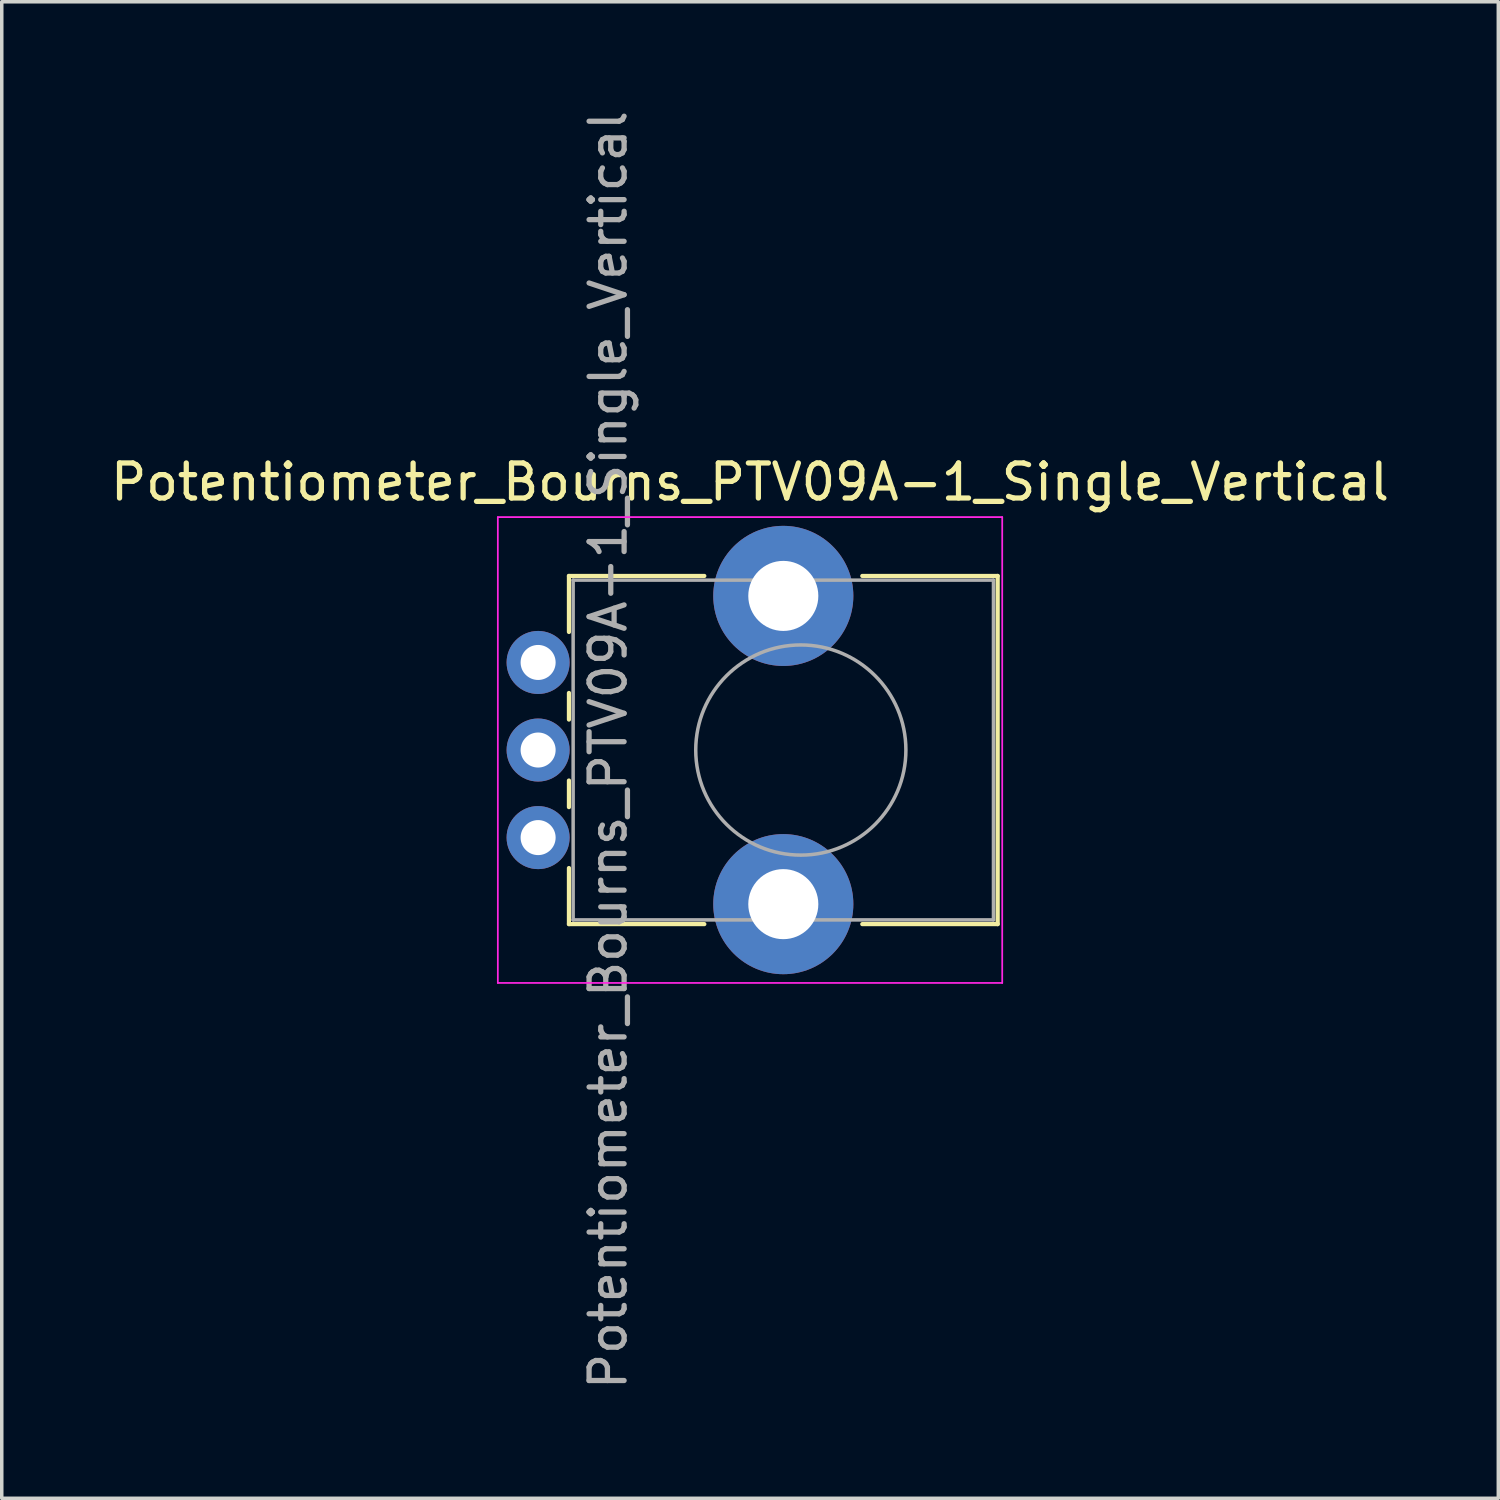
<source format=kicad_pcb>
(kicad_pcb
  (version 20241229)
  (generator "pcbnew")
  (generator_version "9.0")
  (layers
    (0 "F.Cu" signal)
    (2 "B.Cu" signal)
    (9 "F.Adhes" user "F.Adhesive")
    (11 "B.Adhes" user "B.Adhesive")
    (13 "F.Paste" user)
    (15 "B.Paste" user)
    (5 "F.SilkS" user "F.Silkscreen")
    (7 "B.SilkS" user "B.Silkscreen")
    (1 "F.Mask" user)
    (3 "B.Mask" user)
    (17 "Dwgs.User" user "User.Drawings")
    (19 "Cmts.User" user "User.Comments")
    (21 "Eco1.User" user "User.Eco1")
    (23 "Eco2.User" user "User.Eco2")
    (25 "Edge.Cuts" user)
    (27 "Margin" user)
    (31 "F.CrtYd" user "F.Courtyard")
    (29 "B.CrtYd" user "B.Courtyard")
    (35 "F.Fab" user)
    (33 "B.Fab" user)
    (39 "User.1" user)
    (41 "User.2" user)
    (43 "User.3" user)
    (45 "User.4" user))
  (footprint "Potentiometer_Bourns_PTV09A-1_Single_Vertical"
    (layer "F.Cu")
    (at 12.313 20.863)
    (property "Reference" "Potentiometer_Bourns_PTV09A-1_Single_Vertical" (at 6.05 -10.15 0) (layer "F.SilkS") (effects (font (size 1 1) (thickness 0.15))))
    (attr through_hole)
    (fp_line (start 0.88 -7.47) (end 0.88 -5.871) (stroke (width 0.12) (type solid)) (layer "F.SilkS"))
    (fp_line (start 0.88 -7.47) (end 4.745 -7.47) (stroke (width 0.12) (type solid)) (layer "F.SilkS"))
    (fp_line (start 0.88 -4.129) (end 0.88 -3.37) (stroke (width 0.12) (type solid)) (layer "F.SilkS"))
    (fp_line (start 0.88 -1.629) (end 0.88 -0.87) (stroke (width 0.12) (type solid)) (layer "F.SilkS"))
    (fp_line (start 0.88 0.87) (end 0.88 2.47) (stroke (width 0.12) (type solid)) (layer "F.SilkS"))
    (fp_line (start 0.88 2.47) (end 4.745 2.47) (stroke (width 0.12) (type solid)) (layer "F.SilkS"))
    (fp_line (start 9.255 -7.47) (end 13.12 -7.47) (stroke (width 0.12) (type solid)) (layer "F.SilkS"))
    (fp_line (start 9.255 2.47) (end 13.12 2.47) (stroke (width 0.12) (type solid)) (layer "F.SilkS"))
    (fp_line (start 13.12 -7.47) (end 13.12 2.47) (stroke (width 0.12) (type solid)) (layer "F.SilkS"))
    (fp_line (start -1.15 -9.15) (end -1.15 4.15) (stroke (width 0.05) (type solid)) (layer "F.CrtYd"))
    (fp_line (start -1.15 4.15) (end 13.25 4.15) (stroke (width 0.05) (type solid)) (layer "F.CrtYd"))
    (fp_line (start 13.25 -9.15) (end -1.15 -9.15) (stroke (width 0.05) (type solid)) (layer "F.CrtYd"))
    (fp_line (start 13.25 4.15) (end 13.25 -9.15) (stroke (width 0.05) (type solid)) (layer "F.CrtYd"))
    (fp_line (start 1 -7.35) (end 1 2.35) (stroke (width 0.1) (type solid)) (layer "F.Fab"))
    (fp_line (start 1 2.35) (end 13 2.35) (stroke (width 0.1) (type solid)) (layer "F.Fab"))
    (fp_line (start 13 -7.35) (end 1 -7.35) (stroke (width 0.1) (type solid)) (layer "F.Fab"))
    (fp_line (start 13 2.35) (end 13 -7.35) (stroke (width 0.1) (type solid)) (layer "F.Fab"))
    (fp_circle (center 7.5 -2.5) (end 10.5 -2.5) (stroke (width 0.1) (type solid)) (fill no) (layer "F.Fab"))
    (fp_text user "${REFERENCE}" (at 2 -2.5 90) (layer "F.Fab") (effects (font (size 1 1) (thickness 0.15))))
    (pad "" np_thru_hole circle (at 7 -6.9) (size 4 4) (drill 2) (layers "*.Cu" "*.Mask"))
    (pad "" np_thru_hole circle (at 7 1.9) (size 4 4) (drill 2) (layers "*.Cu" "*.Mask"))
    (pad "1" thru_hole circle (at 0 0) (size 1.8 1.8) (drill 1) (layers "*.Cu" "*.Mask"))
    (pad "2" thru_hole circle (at 0 -2.5) (size 1.8 1.8) (drill 1) (layers "*.Cu" "*.Mask"))
    (pad "3" thru_hole circle (at 0 -5) (size 1.8 1.8) (drill 1) (layers "*.Cu" "*.Mask")))
  (gr_rect
    (start -3 -3)
    (end 39.726 39.726)
    (stroke (width 0.1) (type default))
    (fill no)
    (layer "Edge.Cuts")))
</source>
